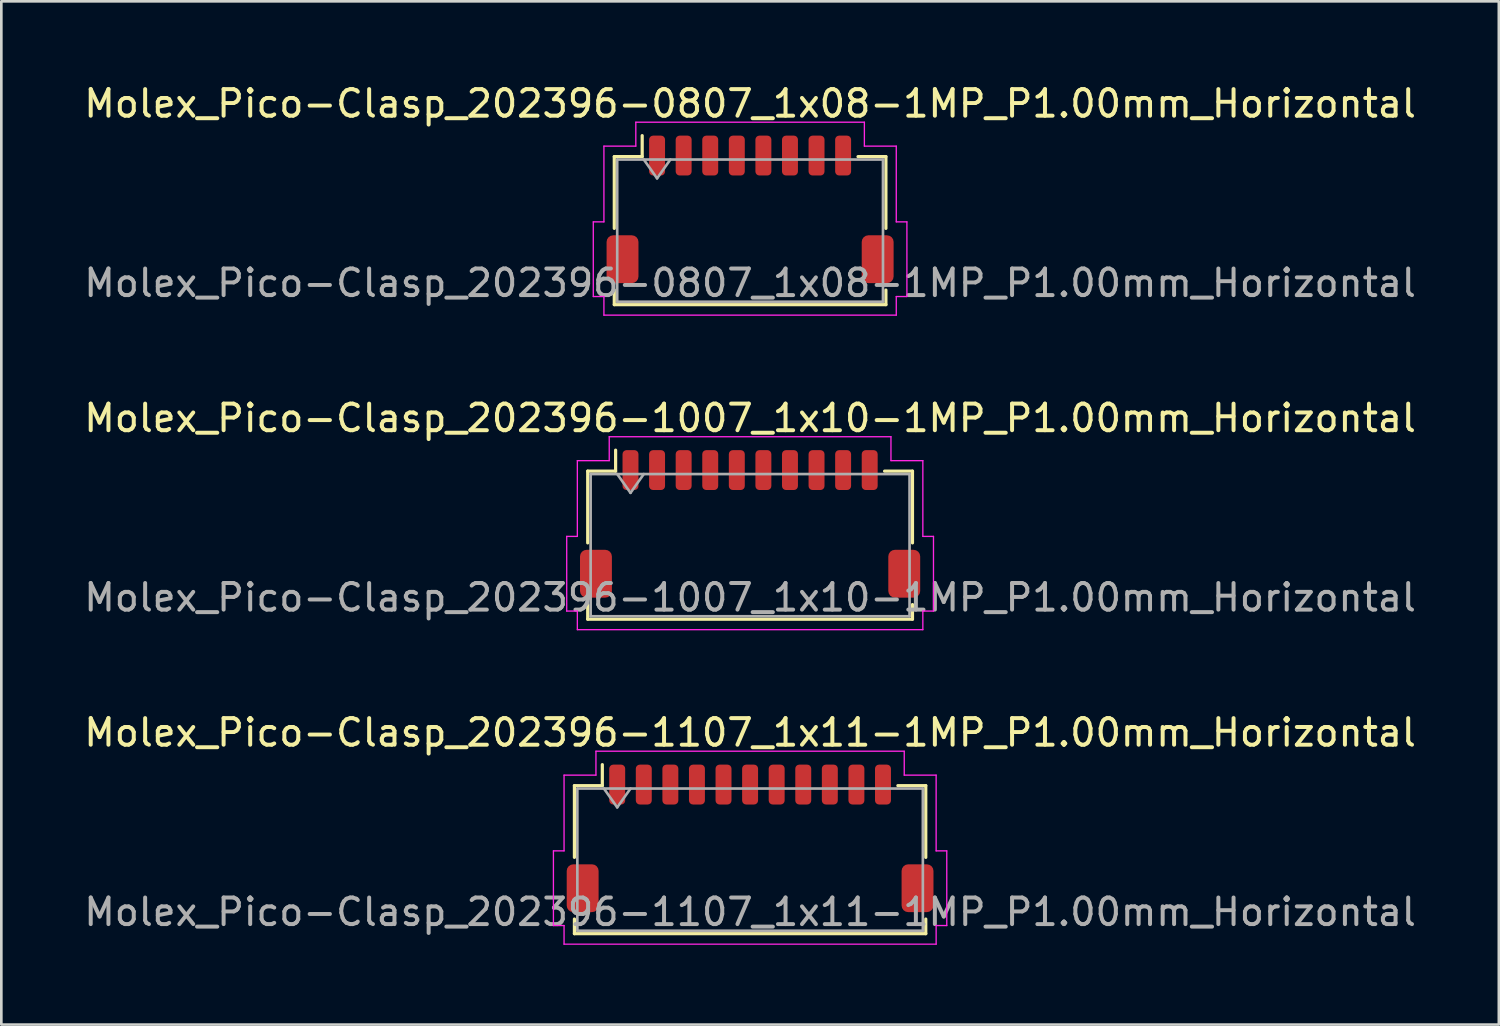
<source format=kicad_pcb>
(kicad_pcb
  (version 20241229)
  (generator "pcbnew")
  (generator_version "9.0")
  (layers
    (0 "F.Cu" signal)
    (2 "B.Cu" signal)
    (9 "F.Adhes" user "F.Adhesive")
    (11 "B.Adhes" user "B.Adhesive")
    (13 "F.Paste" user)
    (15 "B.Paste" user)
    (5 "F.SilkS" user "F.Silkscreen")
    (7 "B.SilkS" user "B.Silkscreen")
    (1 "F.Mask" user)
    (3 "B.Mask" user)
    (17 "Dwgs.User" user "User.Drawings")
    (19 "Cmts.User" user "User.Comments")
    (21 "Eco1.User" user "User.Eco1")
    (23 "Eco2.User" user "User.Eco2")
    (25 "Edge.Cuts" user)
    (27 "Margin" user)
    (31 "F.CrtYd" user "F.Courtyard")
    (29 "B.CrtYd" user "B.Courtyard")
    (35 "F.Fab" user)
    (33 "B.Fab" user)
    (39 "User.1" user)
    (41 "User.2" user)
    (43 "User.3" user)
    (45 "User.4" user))
  (footprint "Molex_Pico-Clasp_202396-0807_1x08-1MP_P1.00mm_Horizontal"
    (layer "F.Cu")
    (at 25.173 4.828)
    (property "Reference" "Molex_Pico-Clasp_202396-0807_1x08-1MP_P1.00mm_Horizontal" (at 0 -3.98 0) (layer "F.SilkS") (effects (font (size 1 1) (thickness 0.15))))
    (attr smd)
    (fp_line (start -5.11 -1.985) (end -4.06 -1.985) (stroke (width 0.12) (type solid)) (layer "F.SilkS"))
    (fp_line (start -5.11 0.715) (end -5.11 -1.985) (stroke (width 0.12) (type solid)) (layer "F.SilkS"))
    (fp_line (start -5.11 3.035) (end -5.11 3.585) (stroke (width 0.12) (type solid)) (layer "F.SilkS"))
    (fp_line (start -5.11 3.585) (end 5.11 3.585) (stroke (width 0.12) (type solid)) (layer "F.SilkS"))
    (fp_line (start -4.06 -1.985) (end -4.06 -2.775) (stroke (width 0.12) (type solid)) (layer "F.SilkS"))
    (fp_line (start 5.11 -1.985) (end 4.06 -1.985) (stroke (width 0.12) (type solid)) (layer "F.SilkS"))
    (fp_line (start 5.11 0.715) (end 5.11 -1.985) (stroke (width 0.12) (type solid)) (layer "F.SilkS"))
    (fp_line (start 5.11 3.585) (end 5.11 3.035) (stroke (width 0.12) (type solid)) (layer "F.SilkS"))
    (fp_line (start -5.9 0.47) (end -5.5 0.47) (stroke (width 0.05) (type solid)) (layer "F.CrtYd"))
    (fp_line (start -5.9 3.28) (end -5.9 0.47) (stroke (width 0.05) (type solid)) (layer "F.CrtYd"))
    (fp_line (start -5.5 -2.38) (end -4.3 -2.38) (stroke (width 0.05) (type solid)) (layer "F.CrtYd"))
    (fp_line (start -5.5 0.47) (end -5.5 -2.38) (stroke (width 0.05) (type solid)) (layer "F.CrtYd"))
    (fp_line (start -5.5 3.28) (end -5.9 3.28) (stroke (width 0.05) (type solid)) (layer "F.CrtYd"))
    (fp_line (start -5.5 3.98) (end -5.5 3.28) (stroke (width 0.05) (type solid)) (layer "F.CrtYd"))
    (fp_line (start -4.3 -3.28) (end 4.3 -3.28) (stroke (width 0.05) (type solid)) (layer "F.CrtYd"))
    (fp_line (start -4.3 -2.38) (end -4.3 -3.28) (stroke (width 0.05) (type solid)) (layer "F.CrtYd"))
    (fp_line (start 4.3 -3.28) (end 4.3 -2.38) (stroke (width 0.05) (type solid)) (layer "F.CrtYd"))
    (fp_line (start 4.3 -2.38) (end 5.5 -2.38) (stroke (width 0.05) (type solid)) (layer "F.CrtYd"))
    (fp_line (start 5.5 -2.38) (end 5.5 0.47) (stroke (width 0.05) (type solid)) (layer "F.CrtYd"))
    (fp_line (start 5.5 0.47) (end 5.9 0.47) (stroke (width 0.05) (type solid)) (layer "F.CrtYd"))
    (fp_line (start 5.5 3.28) (end 5.5 3.98) (stroke (width 0.05) (type solid)) (layer "F.CrtYd"))
    (fp_line (start 5.5 3.98) (end -5.5 3.98) (stroke (width 0.05) (type solid)) (layer "F.CrtYd"))
    (fp_line (start 5.9 0.47) (end 5.9 3.28) (stroke (width 0.05) (type solid)) (layer "F.CrtYd"))
    (fp_line (start 5.9 3.28) (end 5.5 3.28) (stroke (width 0.05) (type solid)) (layer "F.CrtYd"))
    (fp_line (start -5 -1.875) (end -5 3.475) (stroke (width 0.1) (type solid)) (layer "F.Fab"))
    (fp_line (start -5 -1.875) (end 5 -1.875) (stroke (width 0.1) (type solid)) (layer "F.Fab"))
    (fp_line (start -5 3.475) (end 5 3.475) (stroke (width 0.1) (type solid)) (layer "F.Fab"))
    (fp_line (start -4 -1.875) (end -3.5 -1.168) (stroke (width 0.1) (type solid)) (layer "F.Fab"))
    (fp_line (start -3.5 -1.168) (end -3 -1.875) (stroke (width 0.1) (type solid)) (layer "F.Fab"))
    (fp_line (start 5 -1.875) (end 5 3.475) (stroke (width 0.1) (type solid)) (layer "F.Fab"))
    (fp_text user "${REFERENCE}" (at 0 2.77 0) (layer "F.Fab") (effects (font (size 1 1) (thickness 0.15))))
    (pad "1" smd roundrect (at -3.5 -2.025) (size 0.6 1.5) (layers "F.Cu" "F.Mask" "F.Paste") (roundrect_rratio 0.25))
    (pad "2" smd roundrect (at -2.5 -2.025) (size 0.6 1.5) (layers "F.Cu" "F.Mask" "F.Paste") (roundrect_rratio 0.25))
    (pad "3" smd roundrect (at -1.5 -2.025) (size 0.6 1.5) (layers "F.Cu" "F.Mask" "F.Paste") (roundrect_rratio 0.25))
    (pad "4" smd roundrect (at -0.5 -2.025) (size 0.6 1.5) (layers "F.Cu" "F.Mask" "F.Paste") (roundrect_rratio 0.25))
    (pad "5" smd roundrect (at 0.5 -2.025) (size 0.6 1.5) (layers "F.Cu" "F.Mask" "F.Paste") (roundrect_rratio 0.25))
    (pad "6" smd roundrect (at 1.5 -2.025) (size 0.6 1.5) (layers "F.Cu" "F.Mask" "F.Paste") (roundrect_rratio 0.25))
    (pad "7" smd roundrect (at 2.5 -2.025) (size 0.6 1.5) (layers "F.Cu" "F.Mask" "F.Paste") (roundrect_rratio 0.25))
    (pad "8" smd roundrect (at 3.5 -2.025) (size 0.6 1.5) (layers "F.Cu" "F.Mask" "F.Paste") (roundrect_rratio 0.25))
    (pad "MP" smd roundrect (at -4.8 1.875) (size 1.2 1.8) (layers "F.Cu" "F.Mask" "F.Paste") (roundrect_rratio 0.208))
    (pad "MP" smd roundrect (at 4.8 1.875) (size 1.2 1.8) (layers "F.Cu" "F.Mask" "F.Paste") (roundrect_rratio 0.208)))
  (footprint "Molex_Pico-Clasp_202396-1107_1x11-1MP_P1.00mm_Horizontal"
    (layer "F.Cu")
    (at 25.173 28.495)
    (property "Reference" "Molex_Pico-Clasp_202396-1107_1x11-1MP_P1.00mm_Horizontal" (at 0 -3.98 0) (layer "F.SilkS") (effects (font (size 1 1) (thickness 0.15))))
    (attr smd)
    (fp_line (start -6.61 -1.985) (end -5.56 -1.985) (stroke (width 0.12) (type solid)) (layer "F.SilkS"))
    (fp_line (start -6.61 0.715) (end -6.61 -1.985) (stroke (width 0.12) (type solid)) (layer "F.SilkS"))
    (fp_line (start -6.61 3.035) (end -6.61 3.585) (stroke (width 0.12) (type solid)) (layer "F.SilkS"))
    (fp_line (start -6.61 3.585) (end 6.61 3.585) (stroke (width 0.12) (type solid)) (layer "F.SilkS"))
    (fp_line (start -5.56 -1.985) (end -5.56 -2.775) (stroke (width 0.12) (type solid)) (layer "F.SilkS"))
    (fp_line (start 6.61 -1.985) (end 5.56 -1.985) (stroke (width 0.12) (type solid)) (layer "F.SilkS"))
    (fp_line (start 6.61 0.715) (end 6.61 -1.985) (stroke (width 0.12) (type solid)) (layer "F.SilkS"))
    (fp_line (start 6.61 3.585) (end 6.61 3.035) (stroke (width 0.12) (type solid)) (layer "F.SilkS"))
    (fp_line (start -7.4 0.47) (end -7 0.47) (stroke (width 0.05) (type solid)) (layer "F.CrtYd"))
    (fp_line (start -7.4 3.28) (end -7.4 0.47) (stroke (width 0.05) (type solid)) (layer "F.CrtYd"))
    (fp_line (start -7 -2.38) (end -5.8 -2.38) (stroke (width 0.05) (type solid)) (layer "F.CrtYd"))
    (fp_line (start -7 0.47) (end -7 -2.38) (stroke (width 0.05) (type solid)) (layer "F.CrtYd"))
    (fp_line (start -7 3.28) (end -7.4 3.28) (stroke (width 0.05) (type solid)) (layer "F.CrtYd"))
    (fp_line (start -7 3.98) (end -7 3.28) (stroke (width 0.05) (type solid)) (layer "F.CrtYd"))
    (fp_line (start -5.8 -3.28) (end 5.8 -3.28) (stroke (width 0.05) (type solid)) (layer "F.CrtYd"))
    (fp_line (start -5.8 -2.38) (end -5.8 -3.28) (stroke (width 0.05) (type solid)) (layer "F.CrtYd"))
    (fp_line (start 5.8 -3.28) (end 5.8 -2.38) (stroke (width 0.05) (type solid)) (layer "F.CrtYd"))
    (fp_line (start 5.8 -2.38) (end 7 -2.38) (stroke (width 0.05) (type solid)) (layer "F.CrtYd"))
    (fp_line (start 7 -2.38) (end 7 0.47) (stroke (width 0.05) (type solid)) (layer "F.CrtYd"))
    (fp_line (start 7 0.47) (end 7.4 0.47) (stroke (width 0.05) (type solid)) (layer "F.CrtYd"))
    (fp_line (start 7 3.28) (end 7 3.98) (stroke (width 0.05) (type solid)) (layer "F.CrtYd"))
    (fp_line (start 7 3.98) (end -7 3.98) (stroke (width 0.05) (type solid)) (layer "F.CrtYd"))
    (fp_line (start 7.4 0.47) (end 7.4 3.28) (stroke (width 0.05) (type solid)) (layer "F.CrtYd"))
    (fp_line (start 7.4 3.28) (end 7 3.28) (stroke (width 0.05) (type solid)) (layer "F.CrtYd"))
    (fp_line (start -6.5 -1.875) (end -6.5 3.475) (stroke (width 0.1) (type solid)) (layer "F.Fab"))
    (fp_line (start -6.5 -1.875) (end 6.5 -1.875) (stroke (width 0.1) (type solid)) (layer "F.Fab"))
    (fp_line (start -6.5 3.475) (end 6.5 3.475) (stroke (width 0.1) (type solid)) (layer "F.Fab"))
    (fp_line (start -5.5 -1.875) (end -5 -1.168) (stroke (width 0.1) (type solid)) (layer "F.Fab"))
    (fp_line (start -5 -1.168) (end -4.5 -1.875) (stroke (width 0.1) (type solid)) (layer "F.Fab"))
    (fp_line (start 6.5 -1.875) (end 6.5 3.475) (stroke (width 0.1) (type solid)) (layer "F.Fab"))
    (fp_text user "${REFERENCE}" (at 0 2.77 0) (layer "F.Fab") (effects (font (size 1 1) (thickness 0.15))))
    (pad "1" smd roundrect (at -5 -2.025) (size 0.6 1.5) (layers "F.Cu" "F.Mask" "F.Paste") (roundrect_rratio 0.25))
    (pad "2" smd roundrect (at -4 -2.025) (size 0.6 1.5) (layers "F.Cu" "F.Mask" "F.Paste") (roundrect_rratio 0.25))
    (pad "3" smd roundrect (at -3 -2.025) (size 0.6 1.5) (layers "F.Cu" "F.Mask" "F.Paste") (roundrect_rratio 0.25))
    (pad "4" smd roundrect (at -2 -2.025) (size 0.6 1.5) (layers "F.Cu" "F.Mask" "F.Paste") (roundrect_rratio 0.25))
    (pad "5" smd roundrect (at -1 -2.025) (size 0.6 1.5) (layers "F.Cu" "F.Mask" "F.Paste") (roundrect_rratio 0.25))
    (pad "6" smd roundrect (at 0 -2.025) (size 0.6 1.5) (layers "F.Cu" "F.Mask" "F.Paste") (roundrect_rratio 0.25))
    (pad "7" smd roundrect (at 1 -2.025) (size 0.6 1.5) (layers "F.Cu" "F.Mask" "F.Paste") (roundrect_rratio 0.25))
    (pad "8" smd roundrect (at 2 -2.025) (size 0.6 1.5) (layers "F.Cu" "F.Mask" "F.Paste") (roundrect_rratio 0.25))
    (pad "9" smd roundrect (at 3 -2.025) (size 0.6 1.5) (layers "F.Cu" "F.Mask" "F.Paste") (roundrect_rratio 0.25))
    (pad "10" smd roundrect (at 4 -2.025) (size 0.6 1.5) (layers "F.Cu" "F.Mask" "F.Paste") (roundrect_rratio 0.25))
    (pad "11" smd roundrect (at 5 -2.025) (size 0.6 1.5) (layers "F.Cu" "F.Mask" "F.Paste") (roundrect_rratio 0.25))
    (pad "MP" smd roundrect (at -6.3 1.875) (size 1.2 1.8) (layers "F.Cu" "F.Mask" "F.Paste") (roundrect_rratio 0.208))
    (pad "MP" smd roundrect (at 6.3 1.875) (size 1.2 1.8) (layers "F.Cu" "F.Mask" "F.Paste") (roundrect_rratio 0.208)))
  (footprint "Molex_Pico-Clasp_202396-1007_1x10-1MP_P1.00mm_Horizontal"
    (layer "F.Cu")
    (at 25.173 16.662)
    (property "Reference" "Molex_Pico-Clasp_202396-1007_1x10-1MP_P1.00mm_Horizontal" (at 0 -3.98 0) (layer "F.SilkS") (effects (font (size 1 1) (thickness 0.15))))
    (attr smd)
    (fp_line (start -6.11 -1.985) (end -5.06 -1.985) (stroke (width 0.12) (type solid)) (layer "F.SilkS"))
    (fp_line (start -6.11 0.715) (end -6.11 -1.985) (stroke (width 0.12) (type solid)) (layer "F.SilkS"))
    (fp_line (start -6.11 3.035) (end -6.11 3.585) (stroke (width 0.12) (type solid)) (layer "F.SilkS"))
    (fp_line (start -6.11 3.585) (end 6.11 3.585) (stroke (width 0.12) (type solid)) (layer "F.SilkS"))
    (fp_line (start -5.06 -1.985) (end -5.06 -2.775) (stroke (width 0.12) (type solid)) (layer "F.SilkS"))
    (fp_line (start 6.11 -1.985) (end 5.06 -1.985) (stroke (width 0.12) (type solid)) (layer "F.SilkS"))
    (fp_line (start 6.11 0.715) (end 6.11 -1.985) (stroke (width 0.12) (type solid)) (layer "F.SilkS"))
    (fp_line (start 6.11 3.585) (end 6.11 3.035) (stroke (width 0.12) (type solid)) (layer "F.SilkS"))
    (fp_line (start -6.9 0.47) (end -6.5 0.47) (stroke (width 0.05) (type solid)) (layer "F.CrtYd"))
    (fp_line (start -6.9 3.28) (end -6.9 0.47) (stroke (width 0.05) (type solid)) (layer "F.CrtYd"))
    (fp_line (start -6.5 -2.38) (end -5.3 -2.38) (stroke (width 0.05) (type solid)) (layer "F.CrtYd"))
    (fp_line (start -6.5 0.47) (end -6.5 -2.38) (stroke (width 0.05) (type solid)) (layer "F.CrtYd"))
    (fp_line (start -6.5 3.28) (end -6.9 3.28) (stroke (width 0.05) (type solid)) (layer "F.CrtYd"))
    (fp_line (start -6.5 3.98) (end -6.5 3.28) (stroke (width 0.05) (type solid)) (layer "F.CrtYd"))
    (fp_line (start -5.3 -3.28) (end 5.3 -3.28) (stroke (width 0.05) (type solid)) (layer "F.CrtYd"))
    (fp_line (start -5.3 -2.38) (end -5.3 -3.28) (stroke (width 0.05) (type solid)) (layer "F.CrtYd"))
    (fp_line (start 5.3 -3.28) (end 5.3 -2.38) (stroke (width 0.05) (type solid)) (layer "F.CrtYd"))
    (fp_line (start 5.3 -2.38) (end 6.5 -2.38) (stroke (width 0.05) (type solid)) (layer "F.CrtYd"))
    (fp_line (start 6.5 -2.38) (end 6.5 0.47) (stroke (width 0.05) (type solid)) (layer "F.CrtYd"))
    (fp_line (start 6.5 0.47) (end 6.9 0.47) (stroke (width 0.05) (type solid)) (layer "F.CrtYd"))
    (fp_line (start 6.5 3.28) (end 6.5 3.98) (stroke (width 0.05) (type solid)) (layer "F.CrtYd"))
    (fp_line (start 6.5 3.98) (end -6.5 3.98) (stroke (width 0.05) (type solid)) (layer "F.CrtYd"))
    (fp_line (start 6.9 0.47) (end 6.9 3.28) (stroke (width 0.05) (type solid)) (layer "F.CrtYd"))
    (fp_line (start 6.9 3.28) (end 6.5 3.28) (stroke (width 0.05) (type solid)) (layer "F.CrtYd"))
    (fp_line (start -6 -1.875) (end -6 3.475) (stroke (width 0.1) (type solid)) (layer "F.Fab"))
    (fp_line (start -6 -1.875) (end 6 -1.875) (stroke (width 0.1) (type solid)) (layer "F.Fab"))
    (fp_line (start -6 3.475) (end 6 3.475) (stroke (width 0.1) (type solid)) (layer "F.Fab"))
    (fp_line (start -5 -1.875) (end -4.5 -1.168) (stroke (width 0.1) (type solid)) (layer "F.Fab"))
    (fp_line (start -4.5 -1.168) (end -4 -1.875) (stroke (width 0.1) (type solid)) (layer "F.Fab"))
    (fp_line (start 6 -1.875) (end 6 3.475) (stroke (width 0.1) (type solid)) (layer "F.Fab"))
    (fp_text user "${REFERENCE}" (at 0 2.77 0) (layer "F.Fab") (effects (font (size 1 1) (thickness 0.15))))
    (pad "1" smd roundrect (at -4.5 -2.025) (size 0.6 1.5) (layers "F.Cu" "F.Mask" "F.Paste") (roundrect_rratio 0.25))
    (pad "2" smd roundrect (at -3.5 -2.025) (size 0.6 1.5) (layers "F.Cu" "F.Mask" "F.Paste") (roundrect_rratio 0.25))
    (pad "3" smd roundrect (at -2.5 -2.025) (size 0.6 1.5) (layers "F.Cu" "F.Mask" "F.Paste") (roundrect_rratio 0.25))
    (pad "4" smd roundrect (at -1.5 -2.025) (size 0.6 1.5) (layers "F.Cu" "F.Mask" "F.Paste") (roundrect_rratio 0.25))
    (pad "5" smd roundrect (at -0.5 -2.025) (size 0.6 1.5) (layers "F.Cu" "F.Mask" "F.Paste") (roundrect_rratio 0.25))
    (pad "6" smd roundrect (at 0.5 -2.025) (size 0.6 1.5) (layers "F.Cu" "F.Mask" "F.Paste") (roundrect_rratio 0.25))
    (pad "7" smd roundrect (at 1.5 -2.025) (size 0.6 1.5) (layers "F.Cu" "F.Mask" "F.Paste") (roundrect_rratio 0.25))
    (pad "8" smd roundrect (at 2.5 -2.025) (size 0.6 1.5) (layers "F.Cu" "F.Mask" "F.Paste") (roundrect_rratio 0.25))
    (pad "9" smd roundrect (at 3.5 -2.025) (size 0.6 1.5) (layers "F.Cu" "F.Mask" "F.Paste") (roundrect_rratio 0.25))
    (pad "10" smd roundrect (at 4.5 -2.025) (size 0.6 1.5) (layers "F.Cu" "F.Mask" "F.Paste") (roundrect_rratio 0.25))
    (pad "MP" smd roundrect (at -5.8 1.875) (size 1.2 1.8) (layers "F.Cu" "F.Mask" "F.Paste") (roundrect_rratio 0.208))
    (pad "MP" smd roundrect (at 5.8 1.875) (size 1.2 1.8) (layers "F.Cu" "F.Mask" "F.Paste") (roundrect_rratio 0.208)))
  (gr_rect
    (start -3 -3)
    (end 53.345 35.5)
    (stroke (width 0.1) (type default))
    (fill no)
    (layer "Edge.Cuts")))
</source>
